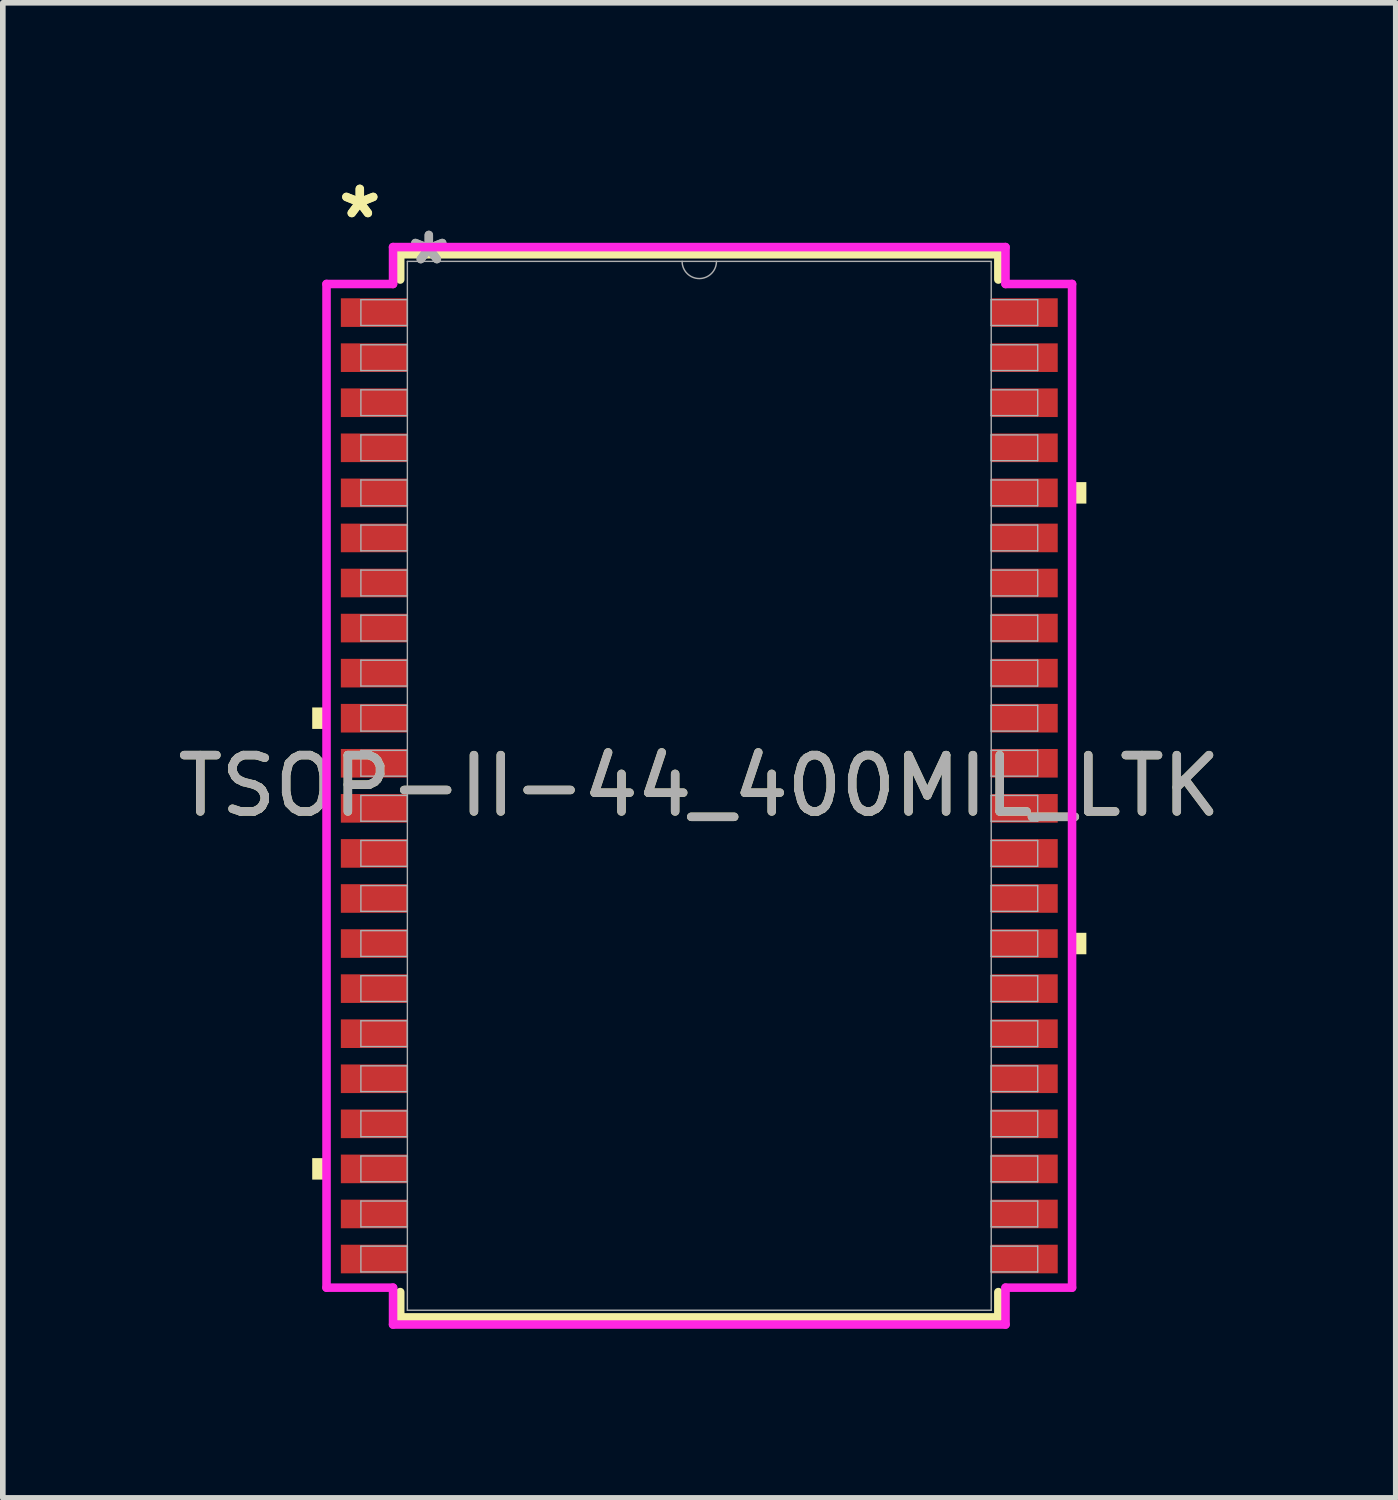
<source format=kicad_pcb>
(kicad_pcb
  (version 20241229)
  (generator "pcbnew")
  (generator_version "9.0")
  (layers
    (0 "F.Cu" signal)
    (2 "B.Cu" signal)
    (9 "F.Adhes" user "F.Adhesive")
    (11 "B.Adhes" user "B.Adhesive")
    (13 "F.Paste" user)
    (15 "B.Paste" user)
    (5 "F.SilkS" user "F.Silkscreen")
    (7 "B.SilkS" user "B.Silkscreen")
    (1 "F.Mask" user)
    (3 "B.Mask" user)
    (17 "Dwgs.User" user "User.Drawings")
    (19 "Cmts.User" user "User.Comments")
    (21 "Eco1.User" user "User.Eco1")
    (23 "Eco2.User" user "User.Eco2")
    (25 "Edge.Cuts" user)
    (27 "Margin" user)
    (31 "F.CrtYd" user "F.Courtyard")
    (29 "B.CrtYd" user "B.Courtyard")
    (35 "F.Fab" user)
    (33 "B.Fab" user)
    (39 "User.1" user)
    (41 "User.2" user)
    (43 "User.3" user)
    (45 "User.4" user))
  (footprint "TSOP-II-44_400MIL_LTK"
    (layer "F.Cu")
    (at 9.363 10.899)
    (property "Reference" "TSOP-II-44_400MIL_LTK" (at 0 0 0) (unlocked yes) (layer "F.SilkS") (effects (font (size 1 1) (thickness 0.15))))
    (attr smd)
    (fp_line (start -5.309 -9.436) (end -5.309 -8.987) (stroke (width 0.152) (type solid)) (layer "F.SilkS"))
    (fp_line (start -5.309 8.987) (end -5.309 9.436) (stroke (width 0.152) (type solid)) (layer "F.SilkS"))
    (fp_line (start -5.309 9.436) (end 5.309 9.436) (stroke (width 0.152) (type solid)) (layer "F.SilkS"))
    (fp_line (start 5.309 -9.436) (end -5.309 -9.436) (stroke (width 0.152) (type solid)) (layer "F.SilkS"))
    (fp_line (start 5.309 -8.987) (end 5.309 -9.436) (stroke (width 0.152) (type solid)) (layer "F.SilkS"))
    (fp_line (start 5.309 9.436) (end 5.309 8.987) (stroke (width 0.152) (type solid)) (layer "F.SilkS"))
    (fp_poly (pts (xy -6.871 -1.391) (xy -6.871 -1.01) (xy -6.617 -1.01) (xy -6.617 -1.391)) (stroke (width 0) (type solid)) (fill yes) (layer "F.SilkS"))
    (fp_poly (pts (xy -6.871 6.609) (xy -6.871 6.99) (xy -6.617 6.99) (xy -6.617 6.609)) (stroke (width 0) (type solid)) (fill yes) (layer "F.SilkS"))
    (fp_poly (pts (xy 6.871 -5.391) (xy 6.871 -5.01) (xy 6.617 -5.01) (xy 6.617 -5.391)) (stroke (width 0) (type solid)) (fill yes) (layer "F.SilkS"))
    (fp_poly (pts (xy 6.871 2.609) (xy 6.871 2.99) (xy 6.617 2.99) (xy 6.617 2.609)) (stroke (width 0) (type solid)) (fill yes) (layer "F.SilkS"))
    (fp_line (start -6.617 -8.908) (end -5.436 -8.908) (stroke (width 0.152) (type solid)) (layer "F.CrtYd"))
    (fp_line (start -6.617 8.908) (end -6.617 -8.908) (stroke (width 0.152) (type solid)) (layer "F.CrtYd"))
    (fp_line (start -6.617 8.908) (end -5.436 8.908) (stroke (width 0.152) (type solid)) (layer "F.CrtYd"))
    (fp_line (start -5.436 -9.563) (end 5.436 -9.563) (stroke (width 0.152) (type solid)) (layer "F.CrtYd"))
    (fp_line (start -5.436 -8.908) (end -5.436 -9.563) (stroke (width 0.152) (type solid)) (layer "F.CrtYd"))
    (fp_line (start -5.436 9.563) (end -5.436 8.908) (stroke (width 0.152) (type solid)) (layer "F.CrtYd"))
    (fp_line (start 5.436 -9.563) (end 5.436 -8.908) (stroke (width 0.152) (type solid)) (layer "F.CrtYd"))
    (fp_line (start 5.436 8.908) (end 5.436 9.563) (stroke (width 0.152) (type solid)) (layer "F.CrtYd"))
    (fp_line (start 5.436 9.563) (end -5.436 9.563) (stroke (width 0.152) (type solid)) (layer "F.CrtYd"))
    (fp_line (start 6.617 -8.908) (end 5.436 -8.908) (stroke (width 0.152) (type solid)) (layer "F.CrtYd"))
    (fp_line (start 6.617 -8.908) (end 6.617 8.908) (stroke (width 0.152) (type solid)) (layer "F.CrtYd"))
    (fp_line (start 6.617 8.908) (end 5.436 8.908) (stroke (width 0.152) (type solid)) (layer "F.CrtYd"))
    (fp_line (start -6.007 -8.629) (end -6.007 -8.171) (stroke (width 0.025) (type solid)) (layer "F.Fab"))
    (fp_line (start -6.007 -8.171) (end -5.182 -8.171) (stroke (width 0.025) (type solid)) (layer "F.Fab"))
    (fp_line (start -6.007 -7.829) (end -6.007 -7.371) (stroke (width 0.025) (type solid)) (layer "F.Fab"))
    (fp_line (start -6.007 -7.371) (end -5.182 -7.371) (stroke (width 0.025) (type solid)) (layer "F.Fab"))
    (fp_line (start -6.007 -7.029) (end -6.007 -6.571) (stroke (width 0.025) (type solid)) (layer "F.Fab"))
    (fp_line (start -6.007 -6.571) (end -5.182 -6.571) (stroke (width 0.025) (type solid)) (layer "F.Fab"))
    (fp_line (start -6.007 -6.229) (end -6.007 -5.771) (stroke (width 0.025) (type solid)) (layer "F.Fab"))
    (fp_line (start -6.007 -5.771) (end -5.182 -5.771) (stroke (width 0.025) (type solid)) (layer "F.Fab"))
    (fp_line (start -6.007 -5.429) (end -6.007 -4.971) (stroke (width 0.025) (type solid)) (layer "F.Fab"))
    (fp_line (start -6.007 -4.971) (end -5.182 -4.971) (stroke (width 0.025) (type solid)) (layer "F.Fab"))
    (fp_line (start -6.007 -4.629) (end -6.007 -4.171) (stroke (width 0.025) (type solid)) (layer "F.Fab"))
    (fp_line (start -6.007 -4.171) (end -5.182 -4.171) (stroke (width 0.025) (type solid)) (layer "F.Fab"))
    (fp_line (start -6.007 -3.829) (end -6.007 -3.371) (stroke (width 0.025) (type solid)) (layer "F.Fab"))
    (fp_line (start -6.007 -3.371) (end -5.182 -3.371) (stroke (width 0.025) (type solid)) (layer "F.Fab"))
    (fp_line (start -6.007 -3.029) (end -6.007 -2.571) (stroke (width 0.025) (type solid)) (layer "F.Fab"))
    (fp_line (start -6.007 -2.571) (end -5.182 -2.571) (stroke (width 0.025) (type solid)) (layer "F.Fab"))
    (fp_line (start -6.007 -2.229) (end -6.007 -1.771) (stroke (width 0.025) (type solid)) (layer "F.Fab"))
    (fp_line (start -6.007 -1.771) (end -5.182 -1.771) (stroke (width 0.025) (type solid)) (layer "F.Fab"))
    (fp_line (start -6.007 -1.429) (end -6.007 -0.971) (stroke (width 0.025) (type solid)) (layer "F.Fab"))
    (fp_line (start -6.007 -0.971) (end -5.182 -0.971) (stroke (width 0.025) (type solid)) (layer "F.Fab"))
    (fp_line (start -6.007 -0.629) (end -6.007 -0.171) (stroke (width 0.025) (type solid)) (layer "F.Fab"))
    (fp_line (start -6.007 -0.171) (end -5.182 -0.171) (stroke (width 0.025) (type solid)) (layer "F.Fab"))
    (fp_line (start -6.007 0.171) (end -6.007 0.629) (stroke (width 0.025) (type solid)) (layer "F.Fab"))
    (fp_line (start -6.007 0.629) (end -5.182 0.629) (stroke (width 0.025) (type solid)) (layer "F.Fab"))
    (fp_line (start -6.007 0.971) (end -6.007 1.429) (stroke (width 0.025) (type solid)) (layer "F.Fab"))
    (fp_line (start -6.007 1.429) (end -5.182 1.429) (stroke (width 0.025) (type solid)) (layer "F.Fab"))
    (fp_line (start -6.007 1.771) (end -6.007 2.229) (stroke (width 0.025) (type solid)) (layer "F.Fab"))
    (fp_line (start -6.007 2.229) (end -5.182 2.229) (stroke (width 0.025) (type solid)) (layer "F.Fab"))
    (fp_line (start -6.007 2.571) (end -6.007 3.029) (stroke (width 0.025) (type solid)) (layer "F.Fab"))
    (fp_line (start -6.007 3.029) (end -5.182 3.029) (stroke (width 0.025) (type solid)) (layer "F.Fab"))
    (fp_line (start -6.007 3.371) (end -6.007 3.829) (stroke (width 0.025) (type solid)) (layer "F.Fab"))
    (fp_line (start -6.007 3.829) (end -5.182 3.829) (stroke (width 0.025) (type solid)) (layer "F.Fab"))
    (fp_line (start -6.007 4.171) (end -6.007 4.629) (stroke (width 0.025) (type solid)) (layer "F.Fab"))
    (fp_line (start -6.007 4.629) (end -5.182 4.629) (stroke (width 0.025) (type solid)) (layer "F.Fab"))
    (fp_line (start -6.007 4.971) (end -6.007 5.429) (stroke (width 0.025) (type solid)) (layer "F.Fab"))
    (fp_line (start -6.007 5.429) (end -5.182 5.429) (stroke (width 0.025) (type solid)) (layer "F.Fab"))
    (fp_line (start -6.007 5.771) (end -6.007 6.229) (stroke (width 0.025) (type solid)) (layer "F.Fab"))
    (fp_line (start -6.007 6.229) (end -5.182 6.229) (stroke (width 0.025) (type solid)) (layer "F.Fab"))
    (fp_line (start -6.007 6.571) (end -6.007 7.029) (stroke (width 0.025) (type solid)) (layer "F.Fab"))
    (fp_line (start -6.007 7.029) (end -5.182 7.029) (stroke (width 0.025) (type solid)) (layer "F.Fab"))
    (fp_line (start -6.007 7.371) (end -6.007 7.829) (stroke (width 0.025) (type solid)) (layer "F.Fab"))
    (fp_line (start -6.007 7.829) (end -5.182 7.829) (stroke (width 0.025) (type solid)) (layer "F.Fab"))
    (fp_line (start -6.007 8.171) (end -6.007 8.629) (stroke (width 0.025) (type solid)) (layer "F.Fab"))
    (fp_line (start -6.007 8.629) (end -5.182 8.629) (stroke (width 0.025) (type solid)) (layer "F.Fab"))
    (fp_line (start -5.182 -9.309) (end -5.182 9.309) (stroke (width 0.025) (type solid)) (layer "F.Fab"))
    (fp_line (start -5.182 -8.629) (end -6.007 -8.629) (stroke (width 0.025) (type solid)) (layer "F.Fab"))
    (fp_line (start -5.182 -8.171) (end -5.182 -8.629) (stroke (width 0.025) (type solid)) (layer "F.Fab"))
    (fp_line (start -5.182 -7.829) (end -6.007 -7.829) (stroke (width 0.025) (type solid)) (layer "F.Fab"))
    (fp_line (start -5.182 -7.371) (end -5.182 -7.829) (stroke (width 0.025) (type solid)) (layer "F.Fab"))
    (fp_line (start -5.182 -7.029) (end -6.007 -7.029) (stroke (width 0.025) (type solid)) (layer "F.Fab"))
    (fp_line (start -5.182 -6.571) (end -5.182 -7.029) (stroke (width 0.025) (type solid)) (layer "F.Fab"))
    (fp_line (start -5.182 -6.229) (end -6.007 -6.229) (stroke (width 0.025) (type solid)) (layer "F.Fab"))
    (fp_line (start -5.182 -5.771) (end -5.182 -6.229) (stroke (width 0.025) (type solid)) (layer "F.Fab"))
    (fp_line (start -5.182 -5.429) (end -6.007 -5.429) (stroke (width 0.025) (type solid)) (layer "F.Fab"))
    (fp_line (start -5.182 -4.971) (end -5.182 -5.429) (stroke (width 0.025) (type solid)) (layer "F.Fab"))
    (fp_line (start -5.182 -4.629) (end -6.007 -4.629) (stroke (width 0.025) (type solid)) (layer "F.Fab"))
    (fp_line (start -5.182 -4.171) (end -5.182 -4.629) (stroke (width 0.025) (type solid)) (layer "F.Fab"))
    (fp_line (start -5.182 -3.829) (end -6.007 -3.829) (stroke (width 0.025) (type solid)) (layer "F.Fab"))
    (fp_line (start -5.182 -3.371) (end -5.182 -3.829) (stroke (width 0.025) (type solid)) (layer "F.Fab"))
    (fp_line (start -5.182 -3.029) (end -6.007 -3.029) (stroke (width 0.025) (type solid)) (layer "F.Fab"))
    (fp_line (start -5.182 -2.571) (end -5.182 -3.029) (stroke (width 0.025) (type solid)) (layer "F.Fab"))
    (fp_line (start -5.182 -2.229) (end -6.007 -2.229) (stroke (width 0.025) (type solid)) (layer "F.Fab"))
    (fp_line (start -5.182 -1.771) (end -5.182 -2.229) (stroke (width 0.025) (type solid)) (layer "F.Fab"))
    (fp_line (start -5.182 -1.429) (end -6.007 -1.429) (stroke (width 0.025) (type solid)) (layer "F.Fab"))
    (fp_line (start -5.182 -0.971) (end -5.182 -1.429) (stroke (width 0.025) (type solid)) (layer "F.Fab"))
    (fp_line (start -5.182 -0.629) (end -6.007 -0.629) (stroke (width 0.025) (type solid)) (layer "F.Fab"))
    (fp_line (start -5.182 -0.171) (end -5.182 -0.629) (stroke (width 0.025) (type solid)) (layer "F.Fab"))
    (fp_line (start -5.182 0.171) (end -6.007 0.171) (stroke (width 0.025) (type solid)) (layer "F.Fab"))
    (fp_line (start -5.182 0.629) (end -5.182 0.171) (stroke (width 0.025) (type solid)) (layer "F.Fab"))
    (fp_line (start -5.182 0.971) (end -6.007 0.971) (stroke (width 0.025) (type solid)) (layer "F.Fab"))
    (fp_line (start -5.182 1.429) (end -5.182 0.971) (stroke (width 0.025) (type solid)) (layer "F.Fab"))
    (fp_line (start -5.182 1.771) (end -6.007 1.771) (stroke (width 0.025) (type solid)) (layer "F.Fab"))
    (fp_line (start -5.182 2.229) (end -5.182 1.771) (stroke (width 0.025) (type solid)) (layer "F.Fab"))
    (fp_line (start -5.182 2.571) (end -6.007 2.571) (stroke (width 0.025) (type solid)) (layer "F.Fab"))
    (fp_line (start -5.182 3.029) (end -5.182 2.571) (stroke (width 0.025) (type solid)) (layer "F.Fab"))
    (fp_line (start -5.182 3.371) (end -6.007 3.371) (stroke (width 0.025) (type solid)) (layer "F.Fab"))
    (fp_line (start -5.182 3.829) (end -5.182 3.371) (stroke (width 0.025) (type solid)) (layer "F.Fab"))
    (fp_line (start -5.182 4.171) (end -6.007 4.171) (stroke (width 0.025) (type solid)) (layer "F.Fab"))
    (fp_line (start -5.182 4.629) (end -5.182 4.171) (stroke (width 0.025) (type solid)) (layer "F.Fab"))
    (fp_line (start -5.182 4.971) (end -6.007 4.971) (stroke (width 0.025) (type solid)) (layer "F.Fab"))
    (fp_line (start -5.182 5.429) (end -5.182 4.971) (stroke (width 0.025) (type solid)) (layer "F.Fab"))
    (fp_line (start -5.182 5.771) (end -6.007 5.771) (stroke (width 0.025) (type solid)) (layer "F.Fab"))
    (fp_line (start -5.182 6.229) (end -5.182 5.771) (stroke (width 0.025) (type solid)) (layer "F.Fab"))
    (fp_line (start -5.182 6.571) (end -6.007 6.571) (stroke (width 0.025) (type solid)) (layer "F.Fab"))
    (fp_line (start -5.182 7.029) (end -5.182 6.571) (stroke (width 0.025) (type solid)) (layer "F.Fab"))
    (fp_line (start -5.182 7.371) (end -6.007 7.371) (stroke (width 0.025) (type solid)) (layer "F.Fab"))
    (fp_line (start -5.182 7.829) (end -5.182 7.371) (stroke (width 0.025) (type solid)) (layer "F.Fab"))
    (fp_line (start -5.182 8.171) (end -6.007 8.171) (stroke (width 0.025) (type solid)) (layer "F.Fab"))
    (fp_line (start -5.182 8.629) (end -5.182 8.171) (stroke (width 0.025) (type solid)) (layer "F.Fab"))
    (fp_line (start -5.182 9.309) (end 5.182 9.309) (stroke (width 0.025) (type solid)) (layer "F.Fab"))
    (fp_line (start 5.182 -9.309) (end -5.182 -9.309) (stroke (width 0.025) (type solid)) (layer "F.Fab"))
    (fp_line (start 5.182 -8.629) (end 5.182 -8.171) (stroke (width 0.025) (type solid)) (layer "F.Fab"))
    (fp_line (start 5.182 -8.171) (end 6.007 -8.171) (stroke (width 0.025) (type solid)) (layer "F.Fab"))
    (fp_line (start 5.182 -7.829) (end 5.182 -7.371) (stroke (width 0.025) (type solid)) (layer "F.Fab"))
    (fp_line (start 5.182 -7.371) (end 6.007 -7.371) (stroke (width 0.025) (type solid)) (layer "F.Fab"))
    (fp_line (start 5.182 -7.029) (end 5.182 -6.571) (stroke (width 0.025) (type solid)) (layer "F.Fab"))
    (fp_line (start 5.182 -6.571) (end 6.007 -6.571) (stroke (width 0.025) (type solid)) (layer "F.Fab"))
    (fp_line (start 5.182 -6.229) (end 5.182 -5.771) (stroke (width 0.025) (type solid)) (layer "F.Fab"))
    (fp_line (start 5.182 -5.771) (end 6.007 -5.771) (stroke (width 0.025) (type solid)) (layer "F.Fab"))
    (fp_line (start 5.182 -5.429) (end 5.182 -4.971) (stroke (width 0.025) (type solid)) (layer "F.Fab"))
    (fp_line (start 5.182 -4.971) (end 6.007 -4.971) (stroke (width 0.025) (type solid)) (layer "F.Fab"))
    (fp_line (start 5.182 -4.629) (end 5.182 -4.171) (stroke (width 0.025) (type solid)) (layer "F.Fab"))
    (fp_line (start 5.182 -4.171) (end 6.007 -4.171) (stroke (width 0.025) (type solid)) (layer "F.Fab"))
    (fp_line (start 5.182 -3.829) (end 5.182 -3.371) (stroke (width 0.025) (type solid)) (layer "F.Fab"))
    (fp_line (start 5.182 -3.371) (end 6.007 -3.371) (stroke (width 0.025) (type solid)) (layer "F.Fab"))
    (fp_line (start 5.182 -3.029) (end 5.182 -2.571) (stroke (width 0.025) (type solid)) (layer "F.Fab"))
    (fp_line (start 5.182 -2.571) (end 6.007 -2.571) (stroke (width 0.025) (type solid)) (layer "F.Fab"))
    (fp_line (start 5.182 -2.229) (end 5.182 -1.771) (stroke (width 0.025) (type solid)) (layer "F.Fab"))
    (fp_line (start 5.182 -1.771) (end 6.007 -1.771) (stroke (width 0.025) (type solid)) (layer "F.Fab"))
    (fp_line (start 5.182 -1.429) (end 5.182 -0.971) (stroke (width 0.025) (type solid)) (layer "F.Fab"))
    (fp_line (start 5.182 -0.971) (end 6.007 -0.971) (stroke (width 0.025) (type solid)) (layer "F.Fab"))
    (fp_line (start 5.182 -0.629) (end 5.182 -0.171) (stroke (width 0.025) (type solid)) (layer "F.Fab"))
    (fp_line (start 5.182 -0.171) (end 6.007 -0.171) (stroke (width 0.025) (type solid)) (layer "F.Fab"))
    (fp_line (start 5.182 0.171) (end 5.182 0.629) (stroke (width 0.025) (type solid)) (layer "F.Fab"))
    (fp_line (start 5.182 0.629) (end 6.007 0.629) (stroke (width 0.025) (type solid)) (layer "F.Fab"))
    (fp_line (start 5.182 0.971) (end 5.182 1.429) (stroke (width 0.025) (type solid)) (layer "F.Fab"))
    (fp_line (start 5.182 1.429) (end 6.007 1.429) (stroke (width 0.025) (type solid)) (layer "F.Fab"))
    (fp_line (start 5.182 1.771) (end 5.182 2.229) (stroke (width 0.025) (type solid)) (layer "F.Fab"))
    (fp_line (start 5.182 2.229) (end 6.007 2.229) (stroke (width 0.025) (type solid)) (layer "F.Fab"))
    (fp_line (start 5.182 2.571) (end 5.182 3.029) (stroke (width 0.025) (type solid)) (layer "F.Fab"))
    (fp_line (start 5.182 3.029) (end 6.007 3.029) (stroke (width 0.025) (type solid)) (layer "F.Fab"))
    (fp_line (start 5.182 3.371) (end 5.182 3.829) (stroke (width 0.025) (type solid)) (layer "F.Fab"))
    (fp_line (start 5.182 3.829) (end 6.007 3.829) (stroke (width 0.025) (type solid)) (layer "F.Fab"))
    (fp_line (start 5.182 4.171) (end 5.182 4.629) (stroke (width 0.025) (type solid)) (layer "F.Fab"))
    (fp_line (start 5.182 4.629) (end 6.007 4.629) (stroke (width 0.025) (type solid)) (layer "F.Fab"))
    (fp_line (start 5.182 4.971) (end 5.182 5.429) (stroke (width 0.025) (type solid)) (layer "F.Fab"))
    (fp_line (start 5.182 5.429) (end 6.007 5.429) (stroke (width 0.025) (type solid)) (layer "F.Fab"))
    (fp_line (start 5.182 5.771) (end 5.182 6.229) (stroke (width 0.025) (type solid)) (layer "F.Fab"))
    (fp_line (start 5.182 6.229) (end 6.007 6.229) (stroke (width 0.025) (type solid)) (layer "F.Fab"))
    (fp_line (start 5.182 6.571) (end 5.182 7.029) (stroke (width 0.025) (type solid)) (layer "F.Fab"))
    (fp_line (start 5.182 7.029) (end 6.007 7.029) (stroke (width 0.025) (type solid)) (layer "F.Fab"))
    (fp_line (start 5.182 7.371) (end 5.182 7.829) (stroke (width 0.025) (type solid)) (layer "F.Fab"))
    (fp_line (start 5.182 7.829) (end 6.007 7.829) (stroke (width 0.025) (type solid)) (layer "F.Fab"))
    (fp_line (start 5.182 8.171) (end 5.182 8.629) (stroke (width 0.025) (type solid)) (layer "F.Fab"))
    (fp_line (start 5.182 8.629) (end 6.007 8.629) (stroke (width 0.025) (type solid)) (layer "F.Fab"))
    (fp_line (start 5.182 9.309) (end 5.182 -9.309) (stroke (width 0.025) (type solid)) (layer "F.Fab"))
    (fp_line (start 6.007 -8.629) (end 5.182 -8.629) (stroke (width 0.025) (type solid)) (layer "F.Fab"))
    (fp_line (start 6.007 -8.171) (end 6.007 -8.629) (stroke (width 0.025) (type solid)) (layer "F.Fab"))
    (fp_line (start 6.007 -7.829) (end 5.182 -7.829) (stroke (width 0.025) (type solid)) (layer "F.Fab"))
    (fp_line (start 6.007 -7.371) (end 6.007 -7.829) (stroke (width 0.025) (type solid)) (layer "F.Fab"))
    (fp_line (start 6.007 -7.029) (end 5.182 -7.029) (stroke (width 0.025) (type solid)) (layer "F.Fab"))
    (fp_line (start 6.007 -6.571) (end 6.007 -7.029) (stroke (width 0.025) (type solid)) (layer "F.Fab"))
    (fp_line (start 6.007 -6.229) (end 5.182 -6.229) (stroke (width 0.025) (type solid)) (layer "F.Fab"))
    (fp_line (start 6.007 -5.771) (end 6.007 -6.229) (stroke (width 0.025) (type solid)) (layer "F.Fab"))
    (fp_line (start 6.007 -5.429) (end 5.182 -5.429) (stroke (width 0.025) (type solid)) (layer "F.Fab"))
    (fp_line (start 6.007 -4.971) (end 6.007 -5.429) (stroke (width 0.025) (type solid)) (layer "F.Fab"))
    (fp_line (start 6.007 -4.629) (end 5.182 -4.629) (stroke (width 0.025) (type solid)) (layer "F.Fab"))
    (fp_line (start 6.007 -4.171) (end 6.007 -4.629) (stroke (width 0.025) (type solid)) (layer "F.Fab"))
    (fp_line (start 6.007 -3.829) (end 5.182 -3.829) (stroke (width 0.025) (type solid)) (layer "F.Fab"))
    (fp_line (start 6.007 -3.371) (end 6.007 -3.829) (stroke (width 0.025) (type solid)) (layer "F.Fab"))
    (fp_line (start 6.007 -3.029) (end 5.182 -3.029) (stroke (width 0.025) (type solid)) (layer "F.Fab"))
    (fp_line (start 6.007 -2.571) (end 6.007 -3.029) (stroke (width 0.025) (type solid)) (layer "F.Fab"))
    (fp_line (start 6.007 -2.229) (end 5.182 -2.229) (stroke (width 0.025) (type solid)) (layer "F.Fab"))
    (fp_line (start 6.007 -1.771) (end 6.007 -2.229) (stroke (width 0.025) (type solid)) (layer "F.Fab"))
    (fp_line (start 6.007 -1.429) (end 5.182 -1.429) (stroke (width 0.025) (type solid)) (layer "F.Fab"))
    (fp_line (start 6.007 -0.971) (end 6.007 -1.429) (stroke (width 0.025) (type solid)) (layer "F.Fab"))
    (fp_line (start 6.007 -0.629) (end 5.182 -0.629) (stroke (width 0.025) (type solid)) (layer "F.Fab"))
    (fp_line (start 6.007 -0.171) (end 6.007 -0.629) (stroke (width 0.025) (type solid)) (layer "F.Fab"))
    (fp_line (start 6.007 0.171) (end 5.182 0.171) (stroke (width 0.025) (type solid)) (layer "F.Fab"))
    (fp_line (start 6.007 0.629) (end 6.007 0.171) (stroke (width 0.025) (type solid)) (layer "F.Fab"))
    (fp_line (start 6.007 0.971) (end 5.182 0.971) (stroke (width 0.025) (type solid)) (layer "F.Fab"))
    (fp_line (start 6.007 1.429) (end 6.007 0.971) (stroke (width 0.025) (type solid)) (layer "F.Fab"))
    (fp_line (start 6.007 1.771) (end 5.182 1.771) (stroke (width 0.025) (type solid)) (layer "F.Fab"))
    (fp_line (start 6.007 2.229) (end 6.007 1.771) (stroke (width 0.025) (type solid)) (layer "F.Fab"))
    (fp_line (start 6.007 2.571) (end 5.182 2.571) (stroke (width 0.025) (type solid)) (layer "F.Fab"))
    (fp_line (start 6.007 3.029) (end 6.007 2.571) (stroke (width 0.025) (type solid)) (layer "F.Fab"))
    (fp_line (start 6.007 3.371) (end 5.182 3.371) (stroke (width 0.025) (type solid)) (layer "F.Fab"))
    (fp_line (start 6.007 3.829) (end 6.007 3.371) (stroke (width 0.025) (type solid)) (layer "F.Fab"))
    (fp_line (start 6.007 4.171) (end 5.182 4.171) (stroke (width 0.025) (type solid)) (layer "F.Fab"))
    (fp_line (start 6.007 4.629) (end 6.007 4.171) (stroke (width 0.025) (type solid)) (layer "F.Fab"))
    (fp_line (start 6.007 4.971) (end 5.182 4.971) (stroke (width 0.025) (type solid)) (layer "F.Fab"))
    (fp_line (start 6.007 5.429) (end 6.007 4.971) (stroke (width 0.025) (type solid)) (layer "F.Fab"))
    (fp_line (start 6.007 5.771) (end 5.182 5.771) (stroke (width 0.025) (type solid)) (layer "F.Fab"))
    (fp_line (start 6.007 6.229) (end 6.007 5.771) (stroke (width 0.025) (type solid)) (layer "F.Fab"))
    (fp_line (start 6.007 6.571) (end 5.182 6.571) (stroke (width 0.025) (type solid)) (layer "F.Fab"))
    (fp_line (start 6.007 7.029) (end 6.007 6.571) (stroke (width 0.025) (type solid)) (layer "F.Fab"))
    (fp_line (start 6.007 7.371) (end 5.182 7.371) (stroke (width 0.025) (type solid)) (layer "F.Fab"))
    (fp_line (start 6.007 7.829) (end 6.007 7.371) (stroke (width 0.025) (type solid)) (layer "F.Fab"))
    (fp_line (start 6.007 8.171) (end 5.182 8.171) (stroke (width 0.025) (type solid)) (layer "F.Fab"))
    (fp_line (start 6.007 8.629) (end 6.007 8.171) (stroke (width 0.025) (type solid)) (layer "F.Fab"))
    (fp_arc (start 0.3048 -9.3091) (mid 0 -9.0043) (end -0.3048 -9.3091) (stroke (width 0.0254) (type solid)) (layer "F.Fab"))
    (fp_text user "*" (at -6.026 -10.051 0) (unlocked yes) (layer "F.SilkS") (effects (font (size 1 1) (thickness 0.15))))
    (fp_text user "*" (at -6.026 -10.051 0) (layer "F.SilkS") (effects (font (size 1 1) (thickness 0.15))))
    (fp_text user "*" (at -4.801 -9.233 0) (unlocked yes) (layer "F.Fab") (effects (font (size 1 1) (thickness 0.15))))
    (fp_text user "${REFERENCE}" (at 0 0 0) (unlocked yes) (layer "F.Fab") (effects (font (size 1 1) (thickness 0.15))))
    (fp_text user "*" (at -4.801 -9.233 0) (layer "F.Fab") (effects (font (size 1 1) (thickness 0.15))))
    (pad "1" smd rect (at -5.772 -8.4) (size 1.181 0.508) (layers "F.Cu" "F.Mask" "F.Paste"))
    (pad "2" smd rect (at -5.772 -7.6) (size 1.181 0.508) (layers "F.Cu" "F.Mask" "F.Paste"))
    (pad "3" smd rect (at -5.772 -6.8) (size 1.181 0.508) (layers "F.Cu" "F.Mask" "F.Paste"))
    (pad "4" smd rect (at -5.772 -6) (size 1.181 0.508) (layers "F.Cu" "F.Mask" "F.Paste"))
    (pad "5" smd rect (at -5.772 -5.2) (size 1.181 0.508) (layers "F.Cu" "F.Mask" "F.Paste"))
    (pad "6" smd rect (at -5.772 -4.4) (size 1.181 0.508) (layers "F.Cu" "F.Mask" "F.Paste"))
    (pad "7" smd rect (at -5.772 -3.6) (size 1.181 0.508) (layers "F.Cu" "F.Mask" "F.Paste"))
    (pad "8" smd rect (at -5.772 -2.8) (size 1.181 0.508) (layers "F.Cu" "F.Mask" "F.Paste"))
    (pad "9" smd rect (at -5.772 -2) (size 1.181 0.508) (layers "F.Cu" "F.Mask" "F.Paste"))
    (pad "10" smd rect (at -5.772 -1.2) (size 1.181 0.508) (layers "F.Cu" "F.Mask" "F.Paste"))
    (pad "11" smd rect (at -5.772 -0.4) (size 1.181 0.508) (layers "F.Cu" "F.Mask" "F.Paste"))
    (pad "12" smd rect (at -5.772 0.4) (size 1.181 0.508) (layers "F.Cu" "F.Mask" "F.Paste"))
    (pad "13" smd rect (at -5.772 1.2) (size 1.181 0.508) (layers "F.Cu" "F.Mask" "F.Paste"))
    (pad "14" smd rect (at -5.772 2) (size 1.181 0.508) (layers "F.Cu" "F.Mask" "F.Paste"))
    (pad "15" smd rect (at -5.772 2.8) (size 1.181 0.508) (layers "F.Cu" "F.Mask" "F.Paste"))
    (pad "16" smd rect (at -5.772 3.6) (size 1.181 0.508) (layers "F.Cu" "F.Mask" "F.Paste"))
    (pad "17" smd rect (at -5.772 4.4) (size 1.181 0.508) (layers "F.Cu" "F.Mask" "F.Paste"))
    (pad "18" smd rect (at -5.772 5.2) (size 1.181 0.508) (layers "F.Cu" "F.Mask" "F.Paste"))
    (pad "19" smd rect (at -5.772 6) (size 1.181 0.508) (layers "F.Cu" "F.Mask" "F.Paste"))
    (pad "20" smd rect (at -5.772 6.8) (size 1.181 0.508) (layers "F.Cu" "F.Mask" "F.Paste"))
    (pad "21" smd rect (at -5.772 7.6) (size 1.181 0.508) (layers "F.Cu" "F.Mask" "F.Paste"))
    (pad "22" smd rect (at -5.772 8.4) (size 1.181 0.508) (layers "F.Cu" "F.Mask" "F.Paste"))
    (pad "23" smd rect (at 5.772 8.4) (size 1.181 0.508) (layers "F.Cu" "F.Mask" "F.Paste"))
    (pad "24" smd rect (at 5.772 7.6) (size 1.181 0.508) (layers "F.Cu" "F.Mask" "F.Paste"))
    (pad "25" smd rect (at 5.772 6.8) (size 1.181 0.508) (layers "F.Cu" "F.Mask" "F.Paste"))
    (pad "26" smd rect (at 5.772 6) (size 1.181 0.508) (layers "F.Cu" "F.Mask" "F.Paste"))
    (pad "27" smd rect (at 5.772 5.2) (size 1.181 0.508) (layers "F.Cu" "F.Mask" "F.Paste"))
    (pad "28" smd rect (at 5.772 4.4) (size 1.181 0.508) (layers "F.Cu" "F.Mask" "F.Paste"))
    (pad "29" smd rect (at 5.772 3.6) (size 1.181 0.508) (layers "F.Cu" "F.Mask" "F.Paste"))
    (pad "30" smd rect (at 5.772 2.8) (size 1.181 0.508) (layers "F.Cu" "F.Mask" "F.Paste"))
    (pad "31" smd rect (at 5.772 2) (size 1.181 0.508) (layers "F.Cu" "F.Mask" "F.Paste"))
    (pad "32" smd rect (at 5.772 1.2) (size 1.181 0.508) (layers "F.Cu" "F.Mask" "F.Paste"))
    (pad "33" smd rect (at 5.772 0.4) (size 1.181 0.508) (layers "F.Cu" "F.Mask" "F.Paste"))
    (pad "34" smd rect (at 5.772 -0.4) (size 1.181 0.508) (layers "F.Cu" "F.Mask" "F.Paste"))
    (pad "35" smd rect (at 5.772 -1.2) (size 1.181 0.508) (layers "F.Cu" "F.Mask" "F.Paste"))
    (pad "36" smd rect (at 5.772 -2) (size 1.181 0.508) (layers "F.Cu" "F.Mask" "F.Paste"))
    (pad "37" smd rect (at 5.772 -2.8) (size 1.181 0.508) (layers "F.Cu" "F.Mask" "F.Paste"))
    (pad "38" smd rect (at 5.772 -3.6) (size 1.181 0.508) (layers "F.Cu" "F.Mask" "F.Paste"))
    (pad "39" smd rect (at 5.772 -4.4) (size 1.181 0.508) (layers "F.Cu" "F.Mask" "F.Paste"))
    (pad "40" smd rect (at 5.772 -5.2) (size 1.181 0.508) (layers "F.Cu" "F.Mask" "F.Paste"))
    (pad "41" smd rect (at 5.772 -6) (size 1.181 0.508) (layers "F.Cu" "F.Mask" "F.Paste"))
    (pad "42" smd rect (at 5.772 -6.8) (size 1.181 0.508) (layers "F.Cu" "F.Mask" "F.Paste"))
    (pad "43" smd rect (at 5.772 -7.6) (size 1.181 0.508) (layers "F.Cu" "F.Mask" "F.Paste"))
    (pad "44" smd rect (at 5.772 -8.4) (size 1.181 0.508) (layers "F.Cu" "F.Mask" "F.Paste")))
  (gr_rect
    (start -3 -3)
    (end 21.726 23.539)
    (stroke (width 0.1) (type default))
    (fill no)
    (layer "Edge.Cuts")))
</source>
